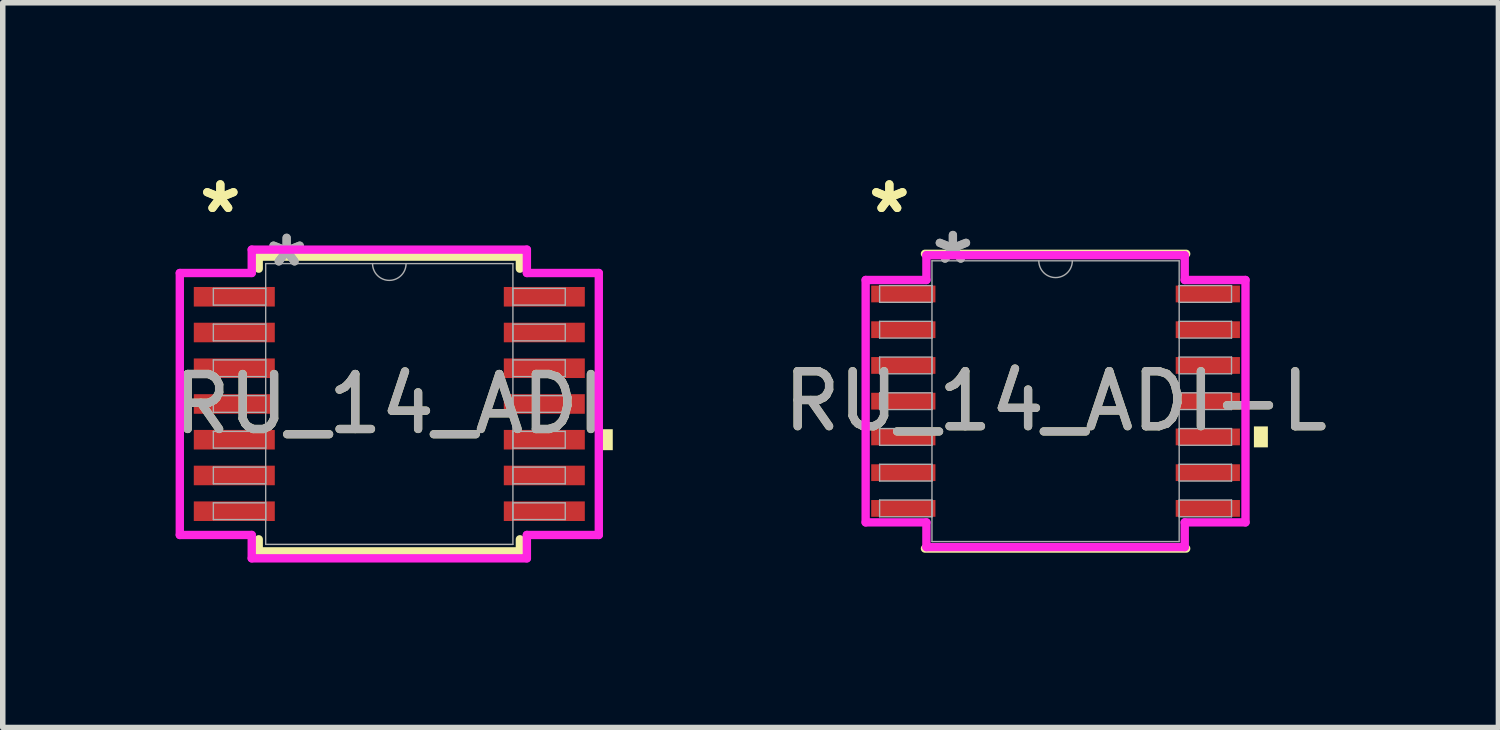
<source format=kicad_pcb>
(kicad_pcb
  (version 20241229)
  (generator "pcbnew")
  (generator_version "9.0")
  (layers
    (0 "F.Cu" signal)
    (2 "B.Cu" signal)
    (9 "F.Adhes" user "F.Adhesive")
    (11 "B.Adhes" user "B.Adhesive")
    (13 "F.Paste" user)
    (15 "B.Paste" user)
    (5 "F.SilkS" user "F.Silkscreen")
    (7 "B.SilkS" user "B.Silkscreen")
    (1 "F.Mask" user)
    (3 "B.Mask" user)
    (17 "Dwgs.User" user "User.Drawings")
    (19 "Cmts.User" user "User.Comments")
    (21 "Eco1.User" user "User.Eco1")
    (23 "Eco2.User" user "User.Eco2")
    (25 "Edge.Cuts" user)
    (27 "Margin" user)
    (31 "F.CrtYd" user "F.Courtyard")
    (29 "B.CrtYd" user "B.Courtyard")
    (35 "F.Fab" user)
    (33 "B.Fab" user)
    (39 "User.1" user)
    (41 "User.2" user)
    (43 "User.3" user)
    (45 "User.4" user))
  (footprint "RU_14_ADI"
    (layer "F.Cu")
    (at 4.03 4.297)
    (property "Reference" "RU_14_ADI" (at 0 0 0) (unlocked yes) (layer "F.SilkS") (effects (font (size 1 1) (thickness 0.15))))
    (attr smd)
    (fp_line (start -2.375 -2.68) (end -2.375 -2.461) (stroke (width 0.152) (type solid)) (layer "F.SilkS"))
    (fp_line (start -2.375 2.461) (end -2.375 2.68) (stroke (width 0.152) (type solid)) (layer "F.SilkS"))
    (fp_line (start -2.375 2.68) (end 2.375 2.68) (stroke (width 0.152) (type solid)) (layer "F.SilkS"))
    (fp_line (start 2.375 -2.68) (end -2.375 -2.68) (stroke (width 0.152) (type solid)) (layer "F.SilkS"))
    (fp_line (start 2.375 -2.461) (end 2.375 -2.68) (stroke (width 0.152) (type solid)) (layer "F.SilkS"))
    (fp_line (start 2.375 2.68) (end 2.375 2.461) (stroke (width 0.152) (type solid)) (layer "F.SilkS"))
    (fp_poly (pts (xy 4.064 0.459) (xy 4.064 0.84) (xy 3.81 0.84) (xy 3.81 0.459)) (stroke (width 0) (type solid)) (fill yes) (layer "F.SilkS"))
    (fp_line (start -3.81 -2.382) (end -2.502 -2.382) (stroke (width 0.152) (type solid)) (layer "F.CrtYd"))
    (fp_line (start -3.81 2.382) (end -3.81 -2.382) (stroke (width 0.152) (type solid)) (layer "F.CrtYd"))
    (fp_line (start -3.81 2.382) (end -2.502 2.382) (stroke (width 0.152) (type solid)) (layer "F.CrtYd"))
    (fp_line (start -2.502 -2.807) (end 2.502 -2.807) (stroke (width 0.152) (type solid)) (layer "F.CrtYd"))
    (fp_line (start -2.502 -2.382) (end -2.502 -2.807) (stroke (width 0.152) (type solid)) (layer "F.CrtYd"))
    (fp_line (start -2.502 2.807) (end -2.502 2.382) (stroke (width 0.152) (type solid)) (layer "F.CrtYd"))
    (fp_line (start 2.502 -2.807) (end 2.502 -2.382) (stroke (width 0.152) (type solid)) (layer "F.CrtYd"))
    (fp_line (start 2.502 2.382) (end 2.502 2.807) (stroke (width 0.152) (type solid)) (layer "F.CrtYd"))
    (fp_line (start 2.502 2.807) (end -2.502 2.807) (stroke (width 0.152) (type solid)) (layer "F.CrtYd"))
    (fp_line (start 3.81 -2.382) (end 2.502 -2.382) (stroke (width 0.152) (type solid)) (layer "F.CrtYd"))
    (fp_line (start 3.81 -2.382) (end 3.81 2.382) (stroke (width 0.152) (type solid)) (layer "F.CrtYd"))
    (fp_line (start 3.81 2.382) (end 2.502 2.382) (stroke (width 0.152) (type solid)) (layer "F.CrtYd"))
    (fp_line (start -3.2 -2.102) (end -3.2 -1.798) (stroke (width 0.025) (type solid)) (layer "F.Fab"))
    (fp_line (start -3.2 -1.798) (end -2.248 -1.798) (stroke (width 0.025) (type solid)) (layer "F.Fab"))
    (fp_line (start -3.2 -1.452) (end -3.2 -1.148) (stroke (width 0.025) (type solid)) (layer "F.Fab"))
    (fp_line (start -3.2 -1.148) (end -2.248 -1.148) (stroke (width 0.025) (type solid)) (layer "F.Fab"))
    (fp_line (start -3.2 -0.802) (end -3.2 -0.498) (stroke (width 0.025) (type solid)) (layer "F.Fab"))
    (fp_line (start -3.2 -0.498) (end -2.248 -0.498) (stroke (width 0.025) (type solid)) (layer "F.Fab"))
    (fp_line (start -3.2 -0.152) (end -3.2 0.152) (stroke (width 0.025) (type solid)) (layer "F.Fab"))
    (fp_line (start -3.2 0.152) (end -2.248 0.152) (stroke (width 0.025) (type solid)) (layer "F.Fab"))
    (fp_line (start -3.2 0.498) (end -3.2 0.802) (stroke (width 0.025) (type solid)) (layer "F.Fab"))
    (fp_line (start -3.2 0.802) (end -2.248 0.802) (stroke (width 0.025) (type solid)) (layer "F.Fab"))
    (fp_line (start -3.2 1.148) (end -3.2 1.452) (stroke (width 0.025) (type solid)) (layer "F.Fab"))
    (fp_line (start -3.2 1.452) (end -2.248 1.452) (stroke (width 0.025) (type solid)) (layer "F.Fab"))
    (fp_line (start -3.2 1.798) (end -3.2 2.102) (stroke (width 0.025) (type solid)) (layer "F.Fab"))
    (fp_line (start -3.2 2.102) (end -2.248 2.102) (stroke (width 0.025) (type solid)) (layer "F.Fab"))
    (fp_line (start -2.248 -2.553) (end -2.248 2.553) (stroke (width 0.025) (type solid)) (layer "F.Fab"))
    (fp_line (start -2.248 -2.102) (end -3.2 -2.102) (stroke (width 0.025) (type solid)) (layer "F.Fab"))
    (fp_line (start -2.248 -1.798) (end -2.248 -2.102) (stroke (width 0.025) (type solid)) (layer "F.Fab"))
    (fp_line (start -2.248 -1.452) (end -3.2 -1.452) (stroke (width 0.025) (type solid)) (layer "F.Fab"))
    (fp_line (start -2.248 -1.148) (end -2.248 -1.452) (stroke (width 0.025) (type solid)) (layer "F.Fab"))
    (fp_line (start -2.248 -0.802) (end -3.2 -0.802) (stroke (width 0.025) (type solid)) (layer "F.Fab"))
    (fp_line (start -2.248 -0.498) (end -2.248 -0.802) (stroke (width 0.025) (type solid)) (layer "F.Fab"))
    (fp_line (start -2.248 -0.152) (end -3.2 -0.152) (stroke (width 0.025) (type solid)) (layer "F.Fab"))
    (fp_line (start -2.248 0.152) (end -2.248 -0.152) (stroke (width 0.025) (type solid)) (layer "F.Fab"))
    (fp_line (start -2.248 0.498) (end -3.2 0.498) (stroke (width 0.025) (type solid)) (layer "F.Fab"))
    (fp_line (start -2.248 0.802) (end -2.248 0.498) (stroke (width 0.025) (type solid)) (layer "F.Fab"))
    (fp_line (start -2.248 1.148) (end -3.2 1.148) (stroke (width 0.025) (type solid)) (layer "F.Fab"))
    (fp_line (start -2.248 1.452) (end -2.248 1.148) (stroke (width 0.025) (type solid)) (layer "F.Fab"))
    (fp_line (start -2.248 1.798) (end -3.2 1.798) (stroke (width 0.025) (type solid)) (layer "F.Fab"))
    (fp_line (start -2.248 2.102) (end -2.248 1.798) (stroke (width 0.025) (type solid)) (layer "F.Fab"))
    (fp_line (start -2.248 2.553) (end 2.248 2.553) (stroke (width 0.025) (type solid)) (layer "F.Fab"))
    (fp_line (start 2.248 -2.553) (end -2.248 -2.553) (stroke (width 0.025) (type solid)) (layer "F.Fab"))
    (fp_line (start 2.248 -2.102) (end 2.248 -1.798) (stroke (width 0.025) (type solid)) (layer "F.Fab"))
    (fp_line (start 2.248 -1.798) (end 3.2 -1.798) (stroke (width 0.025) (type solid)) (layer "F.Fab"))
    (fp_line (start 2.248 -1.452) (end 2.248 -1.148) (stroke (width 0.025) (type solid)) (layer "F.Fab"))
    (fp_line (start 2.248 -1.148) (end 3.2 -1.148) (stroke (width 0.025) (type solid)) (layer "F.Fab"))
    (fp_line (start 2.248 -0.802) (end 2.248 -0.498) (stroke (width 0.025) (type solid)) (layer "F.Fab"))
    (fp_line (start 2.248 -0.498) (end 3.2 -0.498) (stroke (width 0.025) (type solid)) (layer "F.Fab"))
    (fp_line (start 2.248 -0.152) (end 2.248 0.152) (stroke (width 0.025) (type solid)) (layer "F.Fab"))
    (fp_line (start 2.248 0.152) (end 3.2 0.152) (stroke (width 0.025) (type solid)) (layer "F.Fab"))
    (fp_line (start 2.248 0.498) (end 2.248 0.802) (stroke (width 0.025) (type solid)) (layer "F.Fab"))
    (fp_line (start 2.248 0.802) (end 3.2 0.802) (stroke (width 0.025) (type solid)) (layer "F.Fab"))
    (fp_line (start 2.248 1.148) (end 2.248 1.452) (stroke (width 0.025) (type solid)) (layer "F.Fab"))
    (fp_line (start 2.248 1.452) (end 3.2 1.452) (stroke (width 0.025) (type solid)) (layer "F.Fab"))
    (fp_line (start 2.248 1.798) (end 2.248 2.102) (stroke (width 0.025) (type solid)) (layer "F.Fab"))
    (fp_line (start 2.248 2.102) (end 3.2 2.102) (stroke (width 0.025) (type solid)) (layer "F.Fab"))
    (fp_line (start 2.248 2.553) (end 2.248 -2.553) (stroke (width 0.025) (type solid)) (layer "F.Fab"))
    (fp_line (start 3.2 -2.102) (end 2.248 -2.102) (stroke (width 0.025) (type solid)) (layer "F.Fab"))
    (fp_line (start 3.2 -1.798) (end 3.2 -2.102) (stroke (width 0.025) (type solid)) (layer "F.Fab"))
    (fp_line (start 3.2 -1.452) (end 2.248 -1.452) (stroke (width 0.025) (type solid)) (layer "F.Fab"))
    (fp_line (start 3.2 -1.148) (end 3.2 -1.452) (stroke (width 0.025) (type solid)) (layer "F.Fab"))
    (fp_line (start 3.2 -0.802) (end 2.248 -0.802) (stroke (width 0.025) (type solid)) (layer "F.Fab"))
    (fp_line (start 3.2 -0.498) (end 3.2 -0.802) (stroke (width 0.025) (type solid)) (layer "F.Fab"))
    (fp_line (start 3.2 -0.152) (end 2.248 -0.152) (stroke (width 0.025) (type solid)) (layer "F.Fab"))
    (fp_line (start 3.2 0.152) (end 3.2 -0.152) (stroke (width 0.025) (type solid)) (layer "F.Fab"))
    (fp_line (start 3.2 0.498) (end 2.248 0.498) (stroke (width 0.025) (type solid)) (layer "F.Fab"))
    (fp_line (start 3.2 0.802) (end 3.2 0.498) (stroke (width 0.025) (type solid)) (layer "F.Fab"))
    (fp_line (start 3.2 1.148) (end 2.248 1.148) (stroke (width 0.025) (type solid)) (layer "F.Fab"))
    (fp_line (start 3.2 1.452) (end 3.2 1.148) (stroke (width 0.025) (type solid)) (layer "F.Fab"))
    (fp_line (start 3.2 1.798) (end 2.248 1.798) (stroke (width 0.025) (type solid)) (layer "F.Fab"))
    (fp_line (start 3.2 2.102) (end 3.2 1.798) (stroke (width 0.025) (type solid)) (layer "F.Fab"))
    (fp_arc (start 0.3048 -2.5527) (mid 0 -2.2479) (end -0.3048 -2.5527) (stroke (width 0.0254) (type solid)) (layer "F.Fab"))
    (fp_text user "*" (at -3.073 -3.449 0) (layer "F.SilkS") (effects (font (size 1 1) (thickness 0.15))))
    (fp_text user "*" (at -3.073 -3.449 0) (unlocked yes) (layer "F.SilkS") (effects (font (size 1 1) (thickness 0.15))))
    (fp_text user "${REFERENCE}" (at 0 0 0) (unlocked yes) (layer "F.Fab") (effects (font (size 1 1) (thickness 0.15))))
    (fp_text user "*" (at -1.867 -2.477 0) (unlocked yes) (layer "F.Fab") (effects (font (size 1 1) (thickness 0.15))))
    (fp_text user "*" (at -1.867 -2.477 0) (layer "F.Fab") (effects (font (size 1 1) (thickness 0.15))))
    (pad "1" smd rect (at -2.819 -1.95) (size 1.473 0.356) (layers "F.Cu" "F.Mask" "F.Paste"))
    (pad "2" smd rect (at -2.819 -1.3) (size 1.473 0.356) (layers "F.Cu" "F.Mask" "F.Paste"))
    (pad "3" smd rect (at -2.819 -0.65) (size 1.473 0.356) (layers "F.Cu" "F.Mask" "F.Paste"))
    (pad "4" smd rect (at -2.819 0) (size 1.473 0.356) (layers "F.Cu" "F.Mask" "F.Paste"))
    (pad "5" smd rect (at -2.819 0.65) (size 1.473 0.356) (layers "F.Cu" "F.Mask" "F.Paste"))
    (pad "6" smd rect (at -2.819 1.3) (size 1.473 0.356) (layers "F.Cu" "F.Mask" "F.Paste"))
    (pad "7" smd rect (at -2.819 1.95) (size 1.473 0.356) (layers "F.Cu" "F.Mask" "F.Paste"))
    (pad "8" smd rect (at 2.819 1.95) (size 1.473 0.356) (layers "F.Cu" "F.Mask" "F.Paste"))
    (pad "9" smd rect (at 2.819 1.3) (size 1.473 0.356) (layers "F.Cu" "F.Mask" "F.Paste"))
    (pad "10" smd rect (at 2.819 0.65) (size 1.473 0.356) (layers "F.Cu" "F.Mask" "F.Paste"))
    (pad "11" smd rect (at 2.819 0) (size 1.473 0.356) (layers "F.Cu" "F.Mask" "F.Paste"))
    (pad "12" smd rect (at 2.819 -0.65) (size 1.473 0.356) (layers "F.Cu" "F.Mask" "F.Paste"))
    (pad "13" smd rect (at 2.819 -1.3) (size 1.473 0.356) (layers "F.Cu" "F.Mask" "F.Paste"))
    (pad "14" smd rect (at 2.819 -1.95) (size 1.473 0.356) (layers "F.Cu" "F.Mask" "F.Paste")))
  (footprint "RU_14_ADI-L"
    (layer "F.Cu")
    (at 16.147 4.246)
    (property "Reference" "RU_14_ADI-L" (at 0 0 0) (unlocked yes) (layer "F.SilkS") (effects (font (size 1 1) (thickness 0.15))))
    (attr smd)
    (fp_line (start -2.375 2.68) (end 2.375 2.68) (stroke (width 0.152) (type solid)) (layer "F.SilkS"))
    (fp_line (start 2.375 -2.68) (end -2.375 -2.68) (stroke (width 0.152) (type solid)) (layer "F.SilkS"))
    (fp_poly (pts (xy 3.861 0.459) (xy 3.861 0.84) (xy 3.607 0.84) (xy 3.607 0.459)) (stroke (width 0) (type solid)) (fill yes) (layer "F.SilkS"))
    (fp_line (start -3.454 -2.204) (end -2.349 -2.204) (stroke (width 0.152) (type solid)) (layer "F.CrtYd"))
    (fp_line (start -3.454 2.204) (end -3.454 -2.204) (stroke (width 0.152) (type solid)) (layer "F.CrtYd"))
    (fp_line (start -3.454 2.204) (end -2.349 2.204) (stroke (width 0.152) (type solid)) (layer "F.CrtYd"))
    (fp_line (start -2.349 -2.654) (end 2.349 -2.654) (stroke (width 0.152) (type solid)) (layer "F.CrtYd"))
    (fp_line (start -2.349 -2.204) (end -2.349 -2.654) (stroke (width 0.152) (type solid)) (layer "F.CrtYd"))
    (fp_line (start -2.349 2.654) (end -2.349 2.204) (stroke (width 0.152) (type solid)) (layer "F.CrtYd"))
    (fp_line (start 2.349 -2.654) (end 2.349 -2.204) (stroke (width 0.152) (type solid)) (layer "F.CrtYd"))
    (fp_line (start 2.349 2.204) (end 2.349 2.654) (stroke (width 0.152) (type solid)) (layer "F.CrtYd"))
    (fp_line (start 2.349 2.654) (end -2.349 2.654) (stroke (width 0.152) (type solid)) (layer "F.CrtYd"))
    (fp_line (start 3.454 -2.204) (end 2.349 -2.204) (stroke (width 0.152) (type solid)) (layer "F.CrtYd"))
    (fp_line (start 3.454 -2.204) (end 3.454 2.204) (stroke (width 0.152) (type solid)) (layer "F.CrtYd"))
    (fp_line (start 3.454 2.204) (end 2.349 2.204) (stroke (width 0.152) (type solid)) (layer "F.CrtYd"))
    (fp_line (start -3.2 -2.102) (end -3.2 -1.798) (stroke (width 0.025) (type solid)) (layer "F.Fab"))
    (fp_line (start -3.2 -1.798) (end -2.248 -1.798) (stroke (width 0.025) (type solid)) (layer "F.Fab"))
    (fp_line (start -3.2 -1.452) (end -3.2 -1.148) (stroke (width 0.025) (type solid)) (layer "F.Fab"))
    (fp_line (start -3.2 -1.148) (end -2.248 -1.148) (stroke (width 0.025) (type solid)) (layer "F.Fab"))
    (fp_line (start -3.2 -0.802) (end -3.2 -0.498) (stroke (width 0.025) (type solid)) (layer "F.Fab"))
    (fp_line (start -3.2 -0.498) (end -2.248 -0.498) (stroke (width 0.025) (type solid)) (layer "F.Fab"))
    (fp_line (start -3.2 -0.152) (end -3.2 0.152) (stroke (width 0.025) (type solid)) (layer "F.Fab"))
    (fp_line (start -3.2 0.152) (end -2.248 0.152) (stroke (width 0.025) (type solid)) (layer "F.Fab"))
    (fp_line (start -3.2 0.498) (end -3.2 0.802) (stroke (width 0.025) (type solid)) (layer "F.Fab"))
    (fp_line (start -3.2 0.802) (end -2.248 0.802) (stroke (width 0.025) (type solid)) (layer "F.Fab"))
    (fp_line (start -3.2 1.148) (end -3.2 1.452) (stroke (width 0.025) (type solid)) (layer "F.Fab"))
    (fp_line (start -3.2 1.452) (end -2.248 1.452) (stroke (width 0.025) (type solid)) (layer "F.Fab"))
    (fp_line (start -3.2 1.798) (end -3.2 2.102) (stroke (width 0.025) (type solid)) (layer "F.Fab"))
    (fp_line (start -3.2 2.102) (end -2.248 2.102) (stroke (width 0.025) (type solid)) (layer "F.Fab"))
    (fp_line (start -2.248 -2.553) (end -2.248 2.553) (stroke (width 0.025) (type solid)) (layer "F.Fab"))
    (fp_line (start -2.248 -2.102) (end -3.2 -2.102) (stroke (width 0.025) (type solid)) (layer "F.Fab"))
    (fp_line (start -2.248 -1.798) (end -2.248 -2.102) (stroke (width 0.025) (type solid)) (layer "F.Fab"))
    (fp_line (start -2.248 -1.452) (end -3.2 -1.452) (stroke (width 0.025) (type solid)) (layer "F.Fab"))
    (fp_line (start -2.248 -1.148) (end -2.248 -1.452) (stroke (width 0.025) (type solid)) (layer "F.Fab"))
    (fp_line (start -2.248 -0.802) (end -3.2 -0.802) (stroke (width 0.025) (type solid)) (layer "F.Fab"))
    (fp_line (start -2.248 -0.498) (end -2.248 -0.802) (stroke (width 0.025) (type solid)) (layer "F.Fab"))
    (fp_line (start -2.248 -0.152) (end -3.2 -0.152) (stroke (width 0.025) (type solid)) (layer "F.Fab"))
    (fp_line (start -2.248 0.152) (end -2.248 -0.152) (stroke (width 0.025) (type solid)) (layer "F.Fab"))
    (fp_line (start -2.248 0.498) (end -3.2 0.498) (stroke (width 0.025) (type solid)) (layer "F.Fab"))
    (fp_line (start -2.248 0.802) (end -2.248 0.498) (stroke (width 0.025) (type solid)) (layer "F.Fab"))
    (fp_line (start -2.248 1.148) (end -3.2 1.148) (stroke (width 0.025) (type solid)) (layer "F.Fab"))
    (fp_line (start -2.248 1.452) (end -2.248 1.148) (stroke (width 0.025) (type solid)) (layer "F.Fab"))
    (fp_line (start -2.248 1.798) (end -3.2 1.798) (stroke (width 0.025) (type solid)) (layer "F.Fab"))
    (fp_line (start -2.248 2.102) (end -2.248 1.798) (stroke (width 0.025) (type solid)) (layer "F.Fab"))
    (fp_line (start -2.248 2.553) (end 2.248 2.553) (stroke (width 0.025) (type solid)) (layer "F.Fab"))
    (fp_line (start 2.248 -2.553) (end -2.248 -2.553) (stroke (width 0.025) (type solid)) (layer "F.Fab"))
    (fp_line (start 2.248 -2.102) (end 2.248 -1.798) (stroke (width 0.025) (type solid)) (layer "F.Fab"))
    (fp_line (start 2.248 -1.798) (end 3.2 -1.798) (stroke (width 0.025) (type solid)) (layer "F.Fab"))
    (fp_line (start 2.248 -1.452) (end 2.248 -1.148) (stroke (width 0.025) (type solid)) (layer "F.Fab"))
    (fp_line (start 2.248 -1.148) (end 3.2 -1.148) (stroke (width 0.025) (type solid)) (layer "F.Fab"))
    (fp_line (start 2.248 -0.802) (end 2.248 -0.498) (stroke (width 0.025) (type solid)) (layer "F.Fab"))
    (fp_line (start 2.248 -0.498) (end 3.2 -0.498) (stroke (width 0.025) (type solid)) (layer "F.Fab"))
    (fp_line (start 2.248 -0.152) (end 2.248 0.152) (stroke (width 0.025) (type solid)) (layer "F.Fab"))
    (fp_line (start 2.248 0.152) (end 3.2 0.152) (stroke (width 0.025) (type solid)) (layer "F.Fab"))
    (fp_line (start 2.248 0.498) (end 2.248 0.802) (stroke (width 0.025) (type solid)) (layer "F.Fab"))
    (fp_line (start 2.248 0.802) (end 3.2 0.802) (stroke (width 0.025) (type solid)) (layer "F.Fab"))
    (fp_line (start 2.248 1.148) (end 2.248 1.452) (stroke (width 0.025) (type solid)) (layer "F.Fab"))
    (fp_line (start 2.248 1.452) (end 3.2 1.452) (stroke (width 0.025) (type solid)) (layer "F.Fab"))
    (fp_line (start 2.248 1.798) (end 2.248 2.102) (stroke (width 0.025) (type solid)) (layer "F.Fab"))
    (fp_line (start 2.248 2.102) (end 3.2 2.102) (stroke (width 0.025) (type solid)) (layer "F.Fab"))
    (fp_line (start 2.248 2.553) (end 2.248 -2.553) (stroke (width 0.025) (type solid)) (layer "F.Fab"))
    (fp_line (start 3.2 -2.102) (end 2.248 -2.102) (stroke (width 0.025) (type solid)) (layer "F.Fab"))
    (fp_line (start 3.2 -1.798) (end 3.2 -2.102) (stroke (width 0.025) (type solid)) (layer "F.Fab"))
    (fp_line (start 3.2 -1.452) (end 2.248 -1.452) (stroke (width 0.025) (type solid)) (layer "F.Fab"))
    (fp_line (start 3.2 -1.148) (end 3.2 -1.452) (stroke (width 0.025) (type solid)) (layer "F.Fab"))
    (fp_line (start 3.2 -0.802) (end 2.248 -0.802) (stroke (width 0.025) (type solid)) (layer "F.Fab"))
    (fp_line (start 3.2 -0.498) (end 3.2 -0.802) (stroke (width 0.025) (type solid)) (layer "F.Fab"))
    (fp_line (start 3.2 -0.152) (end 2.248 -0.152) (stroke (width 0.025) (type solid)) (layer "F.Fab"))
    (fp_line (start 3.2 0.152) (end 3.2 -0.152) (stroke (width 0.025) (type solid)) (layer "F.Fab"))
    (fp_line (start 3.2 0.498) (end 2.248 0.498) (stroke (width 0.025) (type solid)) (layer "F.Fab"))
    (fp_line (start 3.2 0.802) (end 3.2 0.498) (stroke (width 0.025) (type solid)) (layer "F.Fab"))
    (fp_line (start 3.2 1.148) (end 2.248 1.148) (stroke (width 0.025) (type solid)) (layer "F.Fab"))
    (fp_line (start 3.2 1.452) (end 3.2 1.148) (stroke (width 0.025) (type solid)) (layer "F.Fab"))
    (fp_line (start 3.2 1.798) (end 2.248 1.798) (stroke (width 0.025) (type solid)) (layer "F.Fab"))
    (fp_line (start 3.2 2.102) (end 3.2 1.798) (stroke (width 0.025) (type solid)) (layer "F.Fab"))
    (fp_arc (start 0.3048 -2.5527) (mid 0 -2.2479) (end -0.3048 -2.5527) (stroke (width 0.0254) (type solid)) (layer "F.Fab"))
    (fp_text user "*" (at -3.023 -3.398 0) (layer "F.SilkS") (effects (font (size 1 1) (thickness 0.15))))
    (fp_text user "*" (at -3.023 -3.398 0) (unlocked yes) (layer "F.SilkS") (effects (font (size 1 1) (thickness 0.15))))
    (fp_text user "${REFERENCE}" (at 0 0 0) (unlocked yes) (layer "F.Fab") (effects (font (size 1 1) (thickness 0.15))))
    (fp_text user "*" (at -1.867 -2.477 0) (unlocked yes) (layer "F.Fab") (effects (font (size 1 1) (thickness 0.15))))
    (fp_text user "*" (at -1.867 -2.477 0) (layer "F.Fab") (effects (font (size 1 1) (thickness 0.15))))
    (pad "1" smd rect (at -2.769 -1.95) (size 1.168 0.305) (layers "F.Cu" "F.Mask" "F.Paste"))
    (pad "2" smd rect (at -2.769 -1.3) (size 1.168 0.305) (layers "F.Cu" "F.Mask" "F.Paste"))
    (pad "3" smd rect (at -2.769 -0.65) (size 1.168 0.305) (layers "F.Cu" "F.Mask" "F.Paste"))
    (pad "4" smd rect (at -2.769 0) (size 1.168 0.305) (layers "F.Cu" "F.Mask" "F.Paste"))
    (pad "5" smd rect (at -2.769 0.65) (size 1.168 0.305) (layers "F.Cu" "F.Mask" "F.Paste"))
    (pad "6" smd rect (at -2.769 1.3) (size 1.168 0.305) (layers "F.Cu" "F.Mask" "F.Paste"))
    (pad "7" smd rect (at -2.769 1.95) (size 1.168 0.305) (layers "F.Cu" "F.Mask" "F.Paste"))
    (pad "8" smd rect (at 2.769 1.95) (size 1.168 0.305) (layers "F.Cu" "F.Mask" "F.Paste"))
    (pad "9" smd rect (at 2.769 1.3) (size 1.168 0.305) (layers "F.Cu" "F.Mask" "F.Paste"))
    (pad "10" smd rect (at 2.769 0.65) (size 1.168 0.305) (layers "F.Cu" "F.Mask" "F.Paste"))
    (pad "11" smd rect (at 2.769 0) (size 1.168 0.305) (layers "F.Cu" "F.Mask" "F.Paste"))
    (pad "12" smd rect (at 2.769 -0.65) (size 1.168 0.305) (layers "F.Cu" "F.Mask" "F.Paste"))
    (pad "13" smd rect (at 2.769 -1.3) (size 1.168 0.305) (layers "F.Cu" "F.Mask" "F.Paste"))
    (pad "14" smd rect (at 2.769 -1.95) (size 1.168 0.305) (layers "F.Cu" "F.Mask" "F.Paste")))
  (gr_rect
    (start -3 -3)
    (end 24.201 10.18)
    (stroke (width 0.1) (type default))
    (fill no)
    (layer "Edge.Cuts")))
</source>
